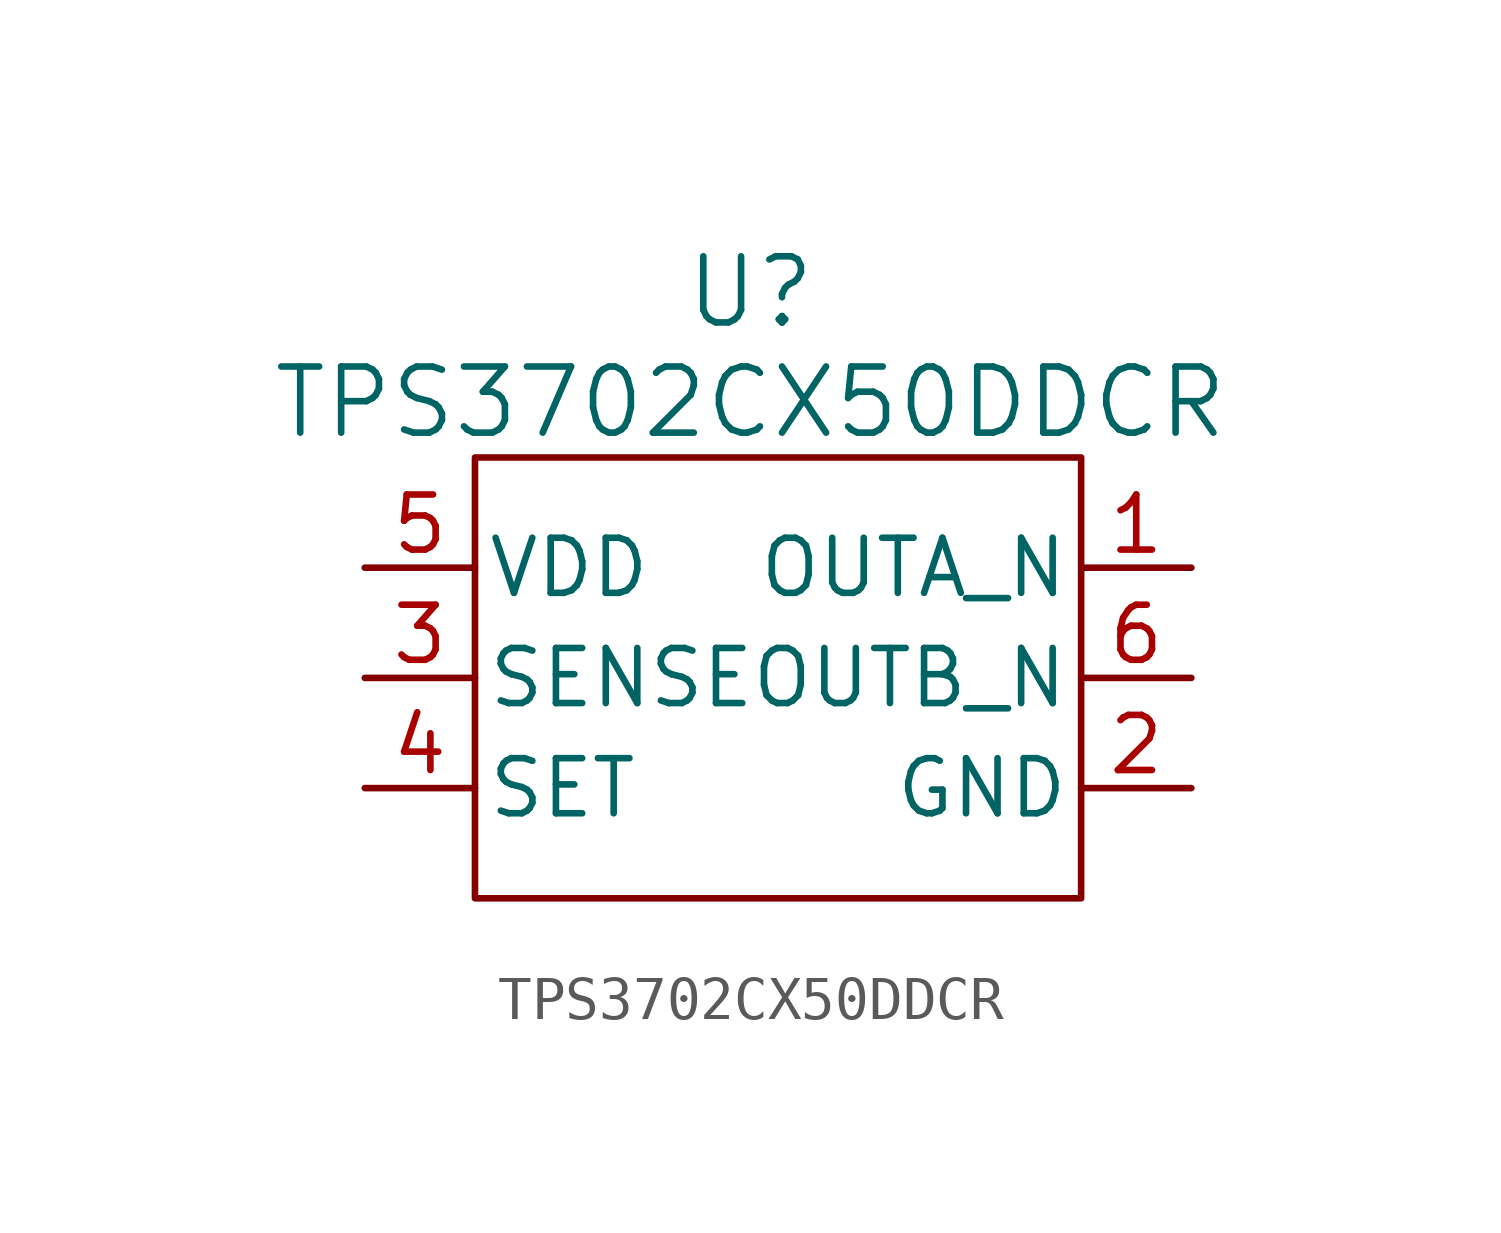
<source format=kicad_sym>
(kicad_symbol_lib
  (version 20231120)
  (generator "kicad_symbol_editor")
  (generator_version "8.0")
  (symbol "TPS3702CX50DDCR"
    (pin_names
      (offset 0.254))
    (property "Reference" "U"
      (at 0 2.54 0)
      (effects (font (size 1.524 1.524))))
    (property "Value" "TPS3702CX50DDCR"
      (at 0 0 0)
      (effects (font (size 1.524 1.524))))
    (symbol "TPS3702CX50DDCR_0_1"
      (rectangle (start -6.35 -1.27) (end 7.62 -11.43) (stroke (width 0) (type default)) (fill (type none)))
      (pin open_collector line (at 10.16 -3.81 180) (length 2.54) (name "OUTA_N" (effects (font (size 1.27 1.27)))) (number "1" (effects (font (size 1.27 1.27)))))
      (pin power_in line (at 10.16 -8.89 180) (length 2.54) (name "GND" (effects (font (size 1.27 1.27)))) (number "2" (effects (font (size 1.27 1.27)))))
      (pin input line (at -8.89 -6.35 0) (length 2.54) (name "SENSE" (effects (font (size 1.27 1.27)))) (number "3" (effects (font (size 1.27 1.27)))))
      (pin input line (at -8.89 -8.89 0) (length 2.54) (name "SET" (effects (font (size 1.27 1.27)))) (number "4" (effects (font (size 1.27 1.27)))))
      (pin power_in line (at -8.89 -3.81 0) (length 2.54) (name "VDD" (effects (font (size 1.27 1.27)))) (number "5" (effects (font (size 1.27 1.27)))))
      (pin open_collector line (at 10.16 -6.35 180) (length 2.54) (name "OUTB_N" (effects (font (size 1.27 1.27)))) (number "6" (effects (font (size 1.27 1.27))))))))
</source>
